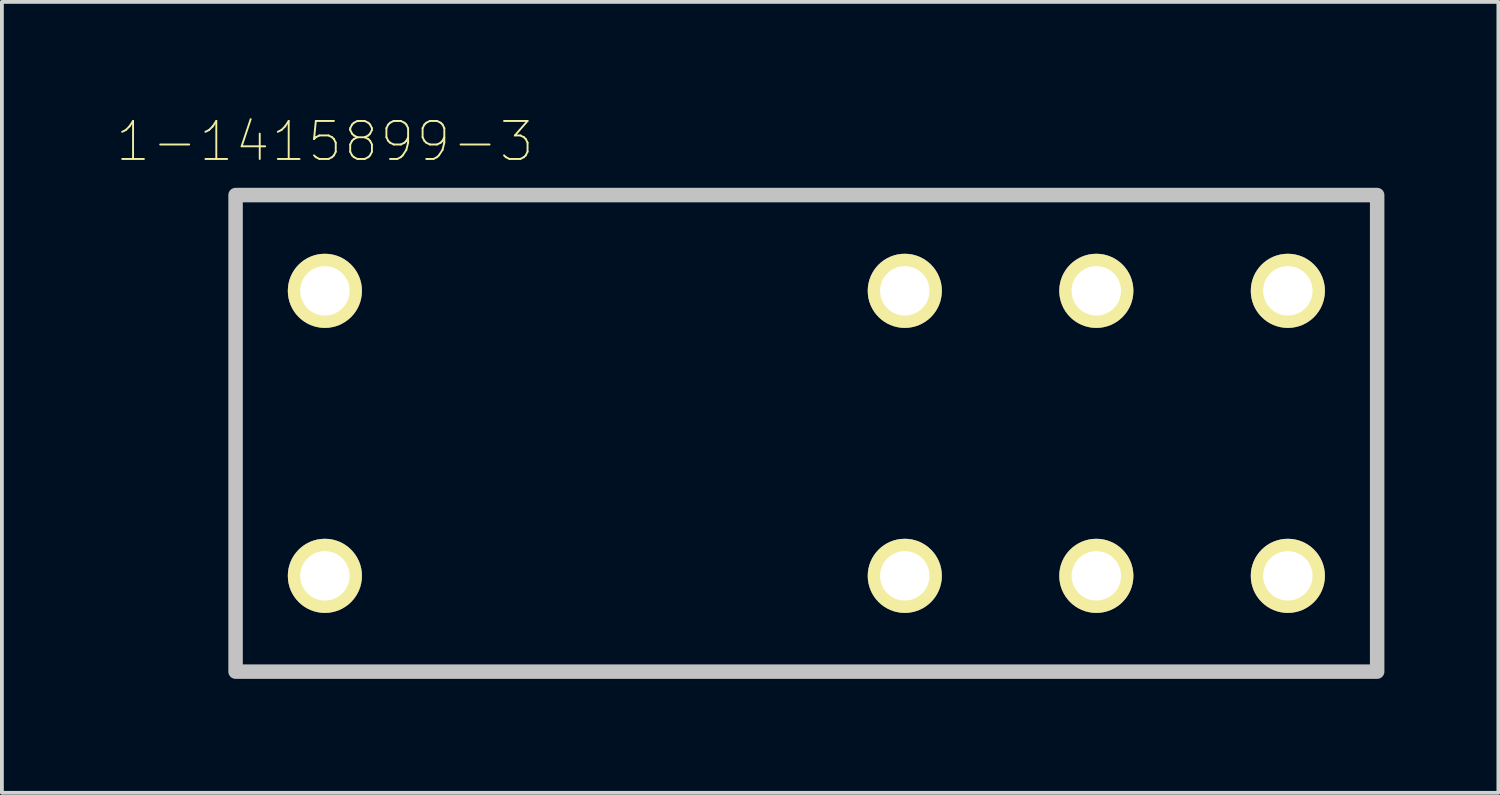
<source format=kicad_pcb>
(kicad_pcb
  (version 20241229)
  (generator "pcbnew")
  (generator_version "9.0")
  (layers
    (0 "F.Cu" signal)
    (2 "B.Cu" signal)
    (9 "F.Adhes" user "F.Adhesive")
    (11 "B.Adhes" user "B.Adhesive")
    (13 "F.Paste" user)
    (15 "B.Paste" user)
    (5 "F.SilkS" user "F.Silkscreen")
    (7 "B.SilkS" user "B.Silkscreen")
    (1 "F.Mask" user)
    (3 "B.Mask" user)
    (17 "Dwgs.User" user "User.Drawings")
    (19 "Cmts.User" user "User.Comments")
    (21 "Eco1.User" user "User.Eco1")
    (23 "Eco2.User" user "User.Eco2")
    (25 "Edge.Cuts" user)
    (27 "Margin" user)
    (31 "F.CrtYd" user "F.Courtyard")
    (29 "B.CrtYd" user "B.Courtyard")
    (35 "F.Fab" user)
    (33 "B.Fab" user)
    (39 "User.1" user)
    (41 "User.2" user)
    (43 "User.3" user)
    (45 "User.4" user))
  (footprint "1-1415899-3"
    (layer "F.Cu")
    (at 5.499 12.103)
    (property "Reference" "1-1415899-3" (at 0 -11.43 0) (layer "F.SilkS") (effects (font (size 1 1) (thickness 0.05))))
    (attr through_hole)
    (fp_line (start -2.35 -10.02) (end 27.69 -10.02) (stroke (width 0.127) (type solid)) (layer "F.SilkS"))
    (fp_line (start -2.35 2.52) (end -2.35 -10.02) (stroke (width 0.127) (type solid)) (layer "F.SilkS"))
    (fp_line (start -2.35 2.52) (end 27.69 2.52) (stroke (width 0.127) (type solid)) (layer "F.SilkS"))
    (fp_line (start 27.69 2.52) (end 27.69 -10.02) (stroke (width 0.127) (type solid)) (layer "F.SilkS"))
    (fp_poly (pts (xy -2.35 -10.02) (xy 27.69 -10.02) (xy 27.69 2.52) (xy -2.35 2.52)) (stroke (width 0.381) (type solid)) (fill no) (layer "Dwgs.User"))
    (pad "11.1" thru_hole circle (at 20.3 -7.5) (size 1.95 1.95) (drill 1.3) (layers "*.Cu" "*.Mask" "F.SilkS"))
    (pad "11.2" thru_hole circle (at 20.3 0) (size 1.95 1.95) (drill 1.3) (layers "*.Cu" "*.Mask" "F.SilkS"))
    (pad "12.1" thru_hole circle (at 15.26 -7.5) (size 1.95 1.95) (drill 1.3) (layers "*.Cu" "*.Mask" "F.SilkS"))
    (pad "12.2" thru_hole circle (at 15.26 0) (size 1.95 1.95) (drill 1.3) (layers "*.Cu" "*.Mask" "F.SilkS"))
    (pad "14.1" thru_hole circle (at 25.34 -7.5) (size 1.95 1.95) (drill 1.3) (layers "*.Cu" "*.Mask" "F.SilkS"))
    (pad "14.2" thru_hole circle (at 25.34 0) (size 1.95 1.95) (drill 1.3) (layers "*.Cu" "*.Mask" "F.SilkS"))
    (pad "A1" thru_hole circle (at 0 -7.5) (size 1.95 1.95) (drill 1.3) (layers "*.Cu" "*.Mask" "F.SilkS"))
    (pad "A2" thru_hole circle (at 0 0) (size 1.95 1.95) (drill 1.3) (layers "*.Cu" "*.Mask" "F.SilkS")))
  (gr_rect
    (start -3 -3)
    (end 36.379 17.813)
    (stroke (width 0.1) (type default))
    (fill no)
    (layer "Edge.Cuts")))
</source>
